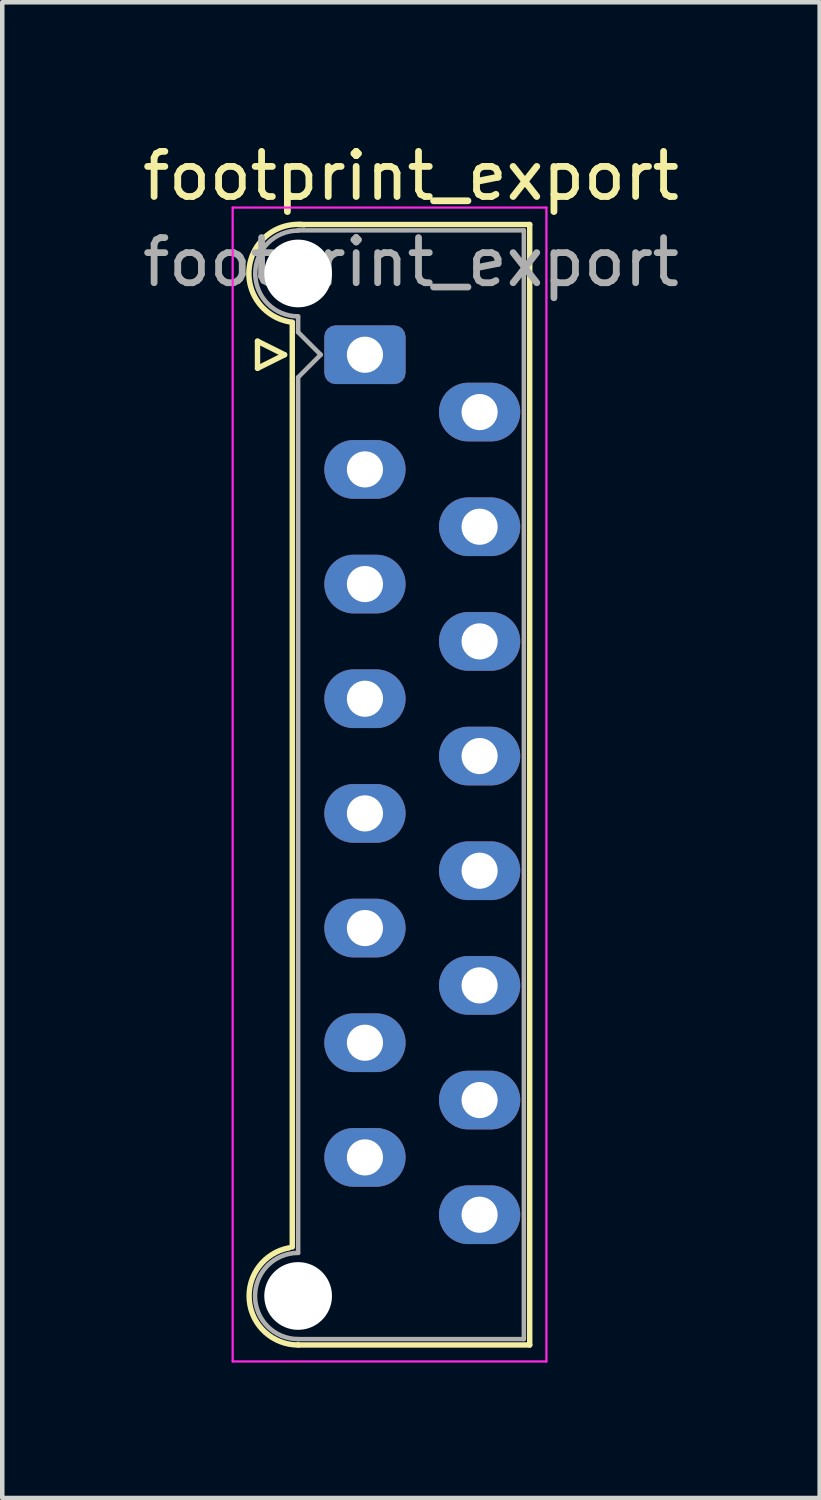
<source format=kicad_pcb>
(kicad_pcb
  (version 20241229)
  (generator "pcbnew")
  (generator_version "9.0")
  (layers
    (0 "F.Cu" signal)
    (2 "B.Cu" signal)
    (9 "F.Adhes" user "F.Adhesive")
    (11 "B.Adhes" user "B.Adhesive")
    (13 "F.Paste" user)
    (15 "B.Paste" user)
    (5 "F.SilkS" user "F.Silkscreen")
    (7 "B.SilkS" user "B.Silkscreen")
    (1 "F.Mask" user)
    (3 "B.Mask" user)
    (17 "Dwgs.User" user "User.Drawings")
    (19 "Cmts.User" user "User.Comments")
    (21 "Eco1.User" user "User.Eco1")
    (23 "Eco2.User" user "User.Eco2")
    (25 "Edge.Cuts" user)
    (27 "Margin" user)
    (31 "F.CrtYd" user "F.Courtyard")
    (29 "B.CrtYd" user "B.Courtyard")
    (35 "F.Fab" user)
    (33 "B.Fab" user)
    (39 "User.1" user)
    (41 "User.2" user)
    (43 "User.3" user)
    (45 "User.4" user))
  (footprint "footprint_export"
    (layer "F.Cu")
    (at 5.034 4.808)
    (property "Reference" "footprint_export" (at 1.02 -3.96 0) (layer "F.SilkS") (effects (font (size 1 1) (thickness 0.15))))
    (attr through_hole)
    (fp_line (start -2.38 -0.3) (end -2.38 0.3) (stroke (width 0.12) (type solid)) (layer "F.SilkS"))
    (fp_line (start -2.38 0.3) (end -1.78 0) (stroke (width 0.12) (type solid)) (layer "F.SilkS"))
    (fp_line (start -1.78 0) (end -2.38 -0.3) (stroke (width 0.12) (type solid)) (layer "F.SilkS"))
    (fp_line (start -1.61 -0.715) (end -1.61 19.765) (stroke (width 0.12) (type solid)) (layer "F.SilkS"))
    (fp_line (start -1.48 -2.885) (end 3.65 -2.885) (stroke (width 0.12) (type solid)) (layer "F.SilkS"))
    (fp_line (start 3.65 -2.885) (end 3.65 21.935) (stroke (width 0.12) (type solid)) (layer "F.SilkS"))
    (fp_line (start 3.65 21.935) (end -1.48 21.935) (stroke (width 0.12) (type solid)) (layer "F.SilkS"))
    (fp_arc (start -1.61 -0.72) (mid -2.56 -1.93) (end -1.35 -2.88) (stroke (width 0.12) (type solid)) (layer "F.SilkS"))
    (fp_arc (start -1.47 21.935) (mid -2.56 20.954526) (end -1.678256 19.78322) (stroke (width 0.12) (type solid)) (layer "F.SilkS"))
    (fp_line (start -2.93 -3.26) (end -2.93 22.3) (stroke (width 0.05) (type solid)) (layer "F.CrtYd"))
    (fp_line (start -2.93 22.3) (end 4.02 22.3) (stroke (width 0.05) (type solid)) (layer "F.CrtYd"))
    (fp_line (start 4.02 -3.26) (end -2.93 -3.26) (stroke (width 0.05) (type solid)) (layer "F.CrtYd"))
    (fp_line (start 4.02 22.3) (end 4.02 -3.26) (stroke (width 0.05) (type solid)) (layer "F.CrtYd"))
    (fp_line (start -1.48 -2.755) (end 3.52 -2.755) (stroke (width 0.1) (type solid)) (layer "F.Fab"))
    (fp_line (start -1.48 -0.845) (end -1.48 -0.5) (stroke (width 0.1) (type solid)) (layer "F.Fab"))
    (fp_line (start -1.48 -0.5) (end -0.98 0) (stroke (width 0.1) (type solid)) (layer "F.Fab"))
    (fp_line (start -1.48 0.5) (end -1.48 19.895) (stroke (width 0.1) (type solid)) (layer "F.Fab"))
    (fp_line (start -0.98 0) (end -1.48 0.5) (stroke (width 0.1) (type solid)) (layer "F.Fab"))
    (fp_line (start 3.52 -2.755) (end 3.52 21.805) (stroke (width 0.1) (type solid)) (layer "F.Fab"))
    (fp_line (start 3.52 21.805) (end -1.48 21.805) (stroke (width 0.1) (type solid)) (layer "F.Fab"))
    (fp_arc (start -1.48 -0.85) (mid -2.43 -1.8) (end -1.48 -2.75) (stroke (width 0.1) (type solid)) (layer "F.Fab"))
    (fp_arc (start -1.48 21.805) (mid -2.435 20.85) (end -1.48 19.895) (stroke (width 0.1) (type solid)) (layer "F.Fab"))
    (fp_text user "${REFERENCE}" (at 1.02 -2.05 0) (layer "F.Fab") (effects (font (size 1 1) (thickness 0.15))))
    (pad "" np_thru_hole circle (at -1.48 -1.8) (size 1.5 1.5) (drill 1.5) (layers "*.Cu" "*.Mask"))
    (pad "" np_thru_hole circle (at -1.48 20.85) (size 1.5 1.5) (drill 1.5) (layers "*.Cu" "*.Mask"))
    (pad "1" thru_hole roundrect (at 0 0) (size 1.8 1.3) (drill 0.8) (layers "*.Cu" "*.Mask") (roundrect_rratio 0.192))
    (pad "2" thru_hole oval (at 2.54 1.27) (size 1.8 1.3) (drill 0.8) (layers "*.Cu" "*.Mask"))
    (pad "3" thru_hole oval (at 0 2.54) (size 1.8 1.3) (drill 0.8) (layers "*.Cu" "*.Mask"))
    (pad "4" thru_hole oval (at 2.54 3.81) (size 1.8 1.3) (drill 0.8) (layers "*.Cu" "*.Mask"))
    (pad "5" thru_hole oval (at 0 5.08) (size 1.8 1.3) (drill 0.8) (layers "*.Cu" "*.Mask"))
    (pad "6" thru_hole oval (at 2.54 6.35) (size 1.8 1.3) (drill 0.8) (layers "*.Cu" "*.Mask"))
    (pad "7" thru_hole oval (at 0 7.62) (size 1.8 1.3) (drill 0.8) (layers "*.Cu" "*.Mask"))
    (pad "8" thru_hole oval (at 2.54 8.89) (size 1.8 1.3) (drill 0.8) (layers "*.Cu" "*.Mask"))
    (pad "9" thru_hole oval (at 0 10.16) (size 1.8 1.3) (drill 0.8) (layers "*.Cu" "*.Mask"))
    (pad "10" thru_hole oval (at 2.54 11.43) (size 1.8 1.3) (drill 0.8) (layers "*.Cu" "*.Mask"))
    (pad "11" thru_hole oval (at 0 12.7) (size 1.8 1.3) (drill 0.8) (layers "*.Cu" "*.Mask"))
    (pad "12" thru_hole oval (at 2.54 13.97) (size 1.8 1.3) (drill 0.8) (layers "*.Cu" "*.Mask"))
    (pad "13" thru_hole oval (at 0 15.24) (size 1.8 1.3) (drill 0.8) (layers "*.Cu" "*.Mask"))
    (pad "14" thru_hole oval (at 2.54 16.51) (size 1.8 1.3) (drill 0.8) (layers "*.Cu" "*.Mask"))
    (pad "15" thru_hole oval (at 0 17.78) (size 1.8 1.3) (drill 0.8) (layers "*.Cu" "*.Mask"))
    (pad "16" thru_hole oval (at 2.54 19.05) (size 1.8 1.3) (drill 0.8) (layers "*.Cu" "*.Mask")))
  (gr_rect
    (start -3 -3)
    (end 15.107 30.133)
    (stroke (width 0.1) (type default))
    (fill no)
    (layer "Edge.Cuts")))
</source>
